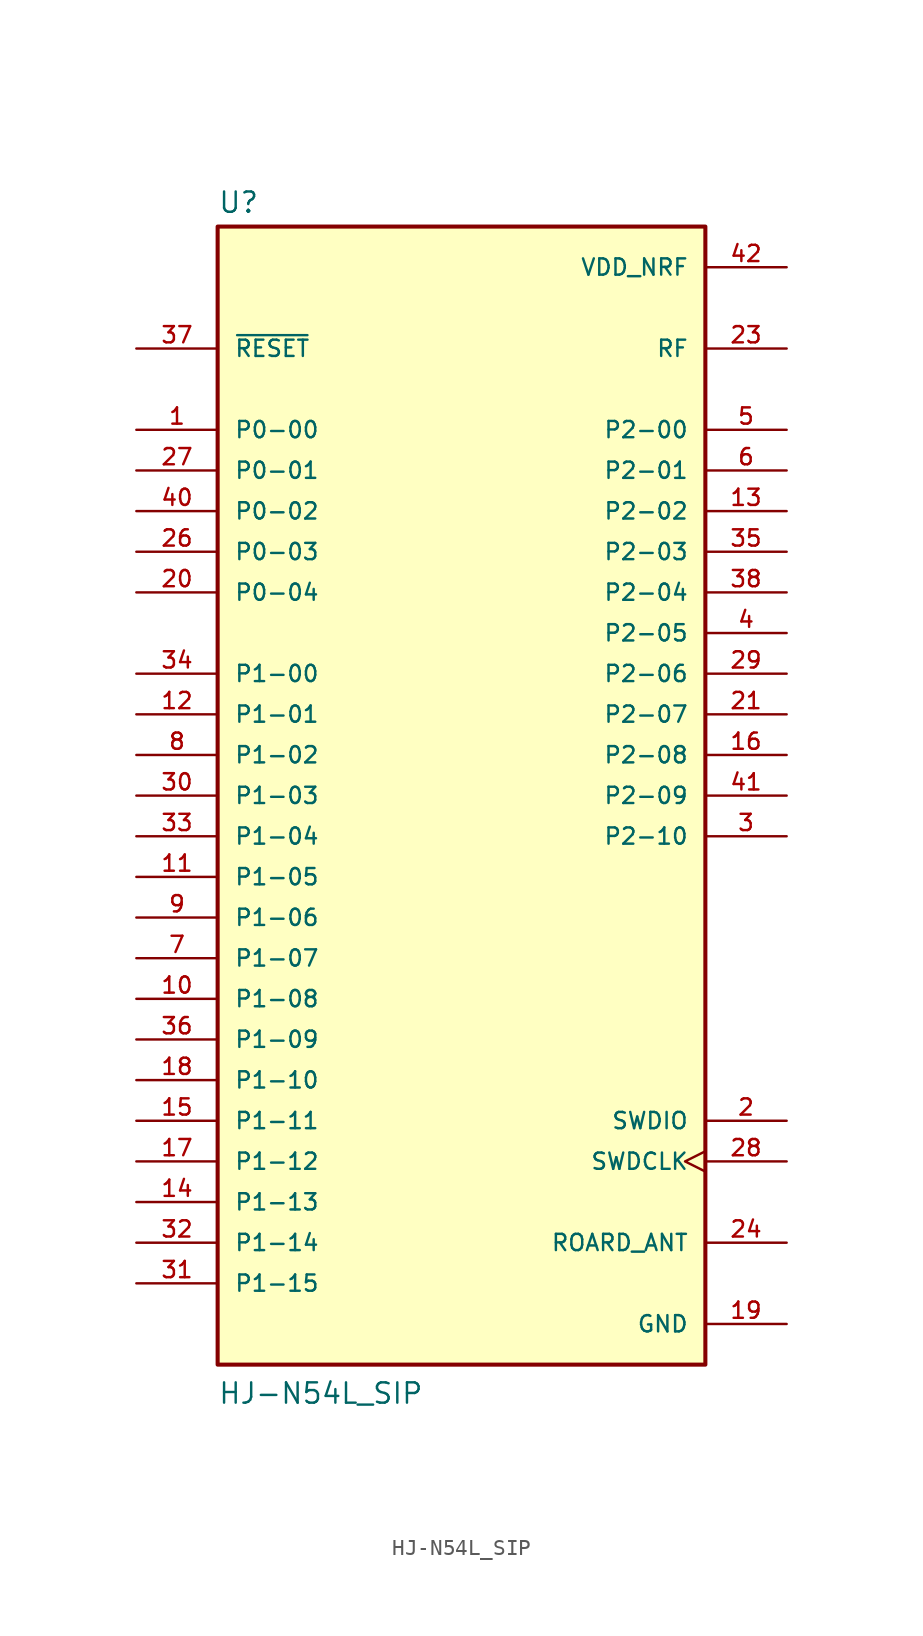
<source format=kicad_sym>
(kicad_symbol_lib
  (version 20211014)
  (generator kicad_symbol_editor)
  (symbol "HJ-N54L_SIP"
    (pin_names
      (offset 1.016))
    (property "Reference" "U"
      (at -15.24 36.322 0)
      (effects (font (size 1.27 1.27)) (justify bottom left)))
    (property "Value" "HJ-N54L_SIP"
      (at -15.24 -38.1 0)
      (effects (font (size 1.27 1.27)) (justify bottom left)))
    (symbol "HJ-N54L_SIP_0_0"
      (rectangle (start -15.24 -35.56) (end 15.24 35.56) (stroke (width 0.254)) (fill (type background)))
      (pin bidirectional line (at -20.32 22.86 0) (length 5.08) (name "P0-00" (effects (font (size 1.016 1.016)))) (number "1" (effects (font (size 1.016 1.016)))))
      (pin bidirectional line (at 20.32 -20.32 180.0) (length 5.08) (name "SWDIO" (effects (font (size 1.016 1.016)))) (number "2" (effects (font (size 1.016 1.016)))))
      (pin bidirectional line (at 20.32 -2.54 180.0) (length 5.08) (name "P2-10" (effects (font (size 1.016 1.016)))) (number "3" (effects (font (size 1.016 1.016)))))
      (pin bidirectional line (at 20.32 10.16 180.0) (length 5.08) (name "P2-05" (effects (font (size 1.016 1.016)))) (number "4" (effects (font (size 1.016 1.016)))))
      (pin bidirectional line (at 20.32 22.86 180.0) (length 5.08) (name "P2-00" (effects (font (size 1.016 1.016)))) (number "5" (effects (font (size 1.016 1.016)))))
      (pin bidirectional line (at 20.32 20.32 180.0) (length 5.08) (name "P2-01" (effects (font (size 1.016 1.016)))) (number "6" (effects (font (size 1.016 1.016)))))
      (pin bidirectional line (at -20.32 -10.16 0) (length 5.08) (name "P1-07" (effects (font (size 1.016 1.016)))) (number "7" (effects (font (size 1.016 1.016)))))
      (pin bidirectional line (at -20.32 2.54 0) (length 5.08) (name "P1-02" (effects (font (size 1.016 1.016)))) (number "8" (effects (font (size 1.016 1.016)))))
      (pin bidirectional line (at -20.32 -7.62 0) (length 5.08) (name "P1-06" (effects (font (size 1.016 1.016)))) (number "9" (effects (font (size 1.016 1.016)))))
      (pin bidirectional line (at -20.32 -12.7 0) (length 5.08) (name "P1-08" (effects (font (size 1.016 1.016)))) (number "10" (effects (font (size 1.016 1.016)))))
      (pin bidirectional line (at -20.32 -5.08 0) (length 5.08) (name "P1-05" (effects (font (size 1.016 1.016)))) (number "11" (effects (font (size 1.016 1.016)))))
      (pin bidirectional line (at -20.32 5.08 0) (length 5.08) (name "P1-01" (effects (font (size 1.016 1.016)))) (number "12" (effects (font (size 1.016 1.016)))))
      (pin bidirectional line (at 20.32 17.78 180.0) (length 5.08) (name "P2-02" (effects (font (size 1.016 1.016)))) (number "13" (effects (font (size 1.016 1.016)))))
      (pin bidirectional line (at -20.32 -25.4 0) (length 5.08) (name "P1-13" (effects (font (size 1.016 1.016)))) (number "14" (effects (font (size 1.016 1.016)))))
      (pin bidirectional line (at -20.32 -20.32 0) (length 5.08) (name "P1-11" (effects (font (size 1.016 1.016)))) (number "15" (effects (font (size 1.016 1.016)))))
      (pin bidirectional line (at 20.32 2.54 180.0) (length 5.08) (name "P2-08" (effects (font (size 1.016 1.016)))) (number "16" (effects (font (size 1.016 1.016)))))
      (pin bidirectional line (at -20.32 -22.86 0) (length 5.08) (name "P1-12" (effects (font (size 1.016 1.016)))) (number "17" (effects (font (size 1.016 1.016)))))
      (pin bidirectional line (at -20.32 -17.78 0) (length 5.08) (name "P1-10" (effects (font (size 1.016 1.016)))) (number "18" (effects (font (size 1.016 1.016)))))
      (pin power_in line (at 20.32 -33.02 180.0) (length 5.08) (name "GND" (effects (font (size 1.016 1.016)))) (number "19" (effects (font (size 1.016 1.016)))))
      (pin power_in line (at 20.32 -33.02 180.0) (length 5.08) hide (name "GND" (effects (font (size 1.016 1.016)))) (number "22" (effects (font (size 1.016 1.016)))))
      (pin power_in line (at 20.32 -33.02 180.0) (length 5.08) hide (name "GND" (effects (font (size 1.016 1.016)))) (number "25" (effects (font (size 1.016 1.016)))))
      (pin power_in line (at 20.32 -33.02 180.0) (length 5.08) hide (name "GND" (effects (font (size 1.016 1.016)))) (number "39" (effects (font (size 1.016 1.016)))))
      (pin bidirectional line (at -20.32 12.7 0) (length 5.08) (name "P0-04" (effects (font (size 1.016 1.016)))) (number "20" (effects (font (size 1.016 1.016)))))
      (pin bidirectional line (at 20.32 5.08 180.0) (length 5.08) (name "P2-07" (effects (font (size 1.016 1.016)))) (number "21" (effects (font (size 1.016 1.016)))))
      (pin output line (at 20.32 27.94 180.0) (length 5.08) (name "RF" (effects (font (size 1.016 1.016)))) (number "23" (effects (font (size 1.016 1.016)))))
      (pin passive line (at 20.32 -27.94 180.0) (length 5.08) (name "ROARD_ANT" (effects (font (size 1.016 1.016)))) (number "24" (effects (font (size 1.016 1.016)))))
      (pin bidirectional line (at -20.32 15.24 0) (length 5.08) (name "P0-03" (effects (font (size 1.016 1.016)))) (number "26" (effects (font (size 1.016 1.016)))))
      (pin bidirectional line (at -20.32 20.32 0) (length 5.08) (name "P0-01" (effects (font (size 1.016 1.016)))) (number "27" (effects (font (size 1.016 1.016)))))
      (pin input clock (at 20.32 -22.86 180.0) (length 5.08) (name "SWDCLK" (effects (font (size 1.016 1.016)))) (number "28" (effects (font (size 1.016 1.016)))))
      (pin bidirectional line (at 20.32 7.62 180.0) (length 5.08) (name "P2-06" (effects (font (size 1.016 1.016)))) (number "29" (effects (font (size 1.016 1.016)))))
      (pin bidirectional line (at -20.32 0.0 0) (length 5.08) (name "P1-03" (effects (font (size 1.016 1.016)))) (number "30" (effects (font (size 1.016 1.016)))))
      (pin bidirectional line (at -20.32 -30.48 0) (length 5.08) (name "P1-15" (effects (font (size 1.016 1.016)))) (number "31" (effects (font (size 1.016 1.016)))))
      (pin bidirectional line (at -20.32 -27.94 0) (length 5.08) (name "P1-14" (effects (font (size 1.016 1.016)))) (number "32" (effects (font (size 1.016 1.016)))))
      (pin bidirectional line (at -20.32 -2.54 0) (length 5.08) (name "P1-04" (effects (font (size 1.016 1.016)))) (number "33" (effects (font (size 1.016 1.016)))))
      (pin bidirectional line (at -20.32 7.62 0) (length 5.08) (name "P1-00" (effects (font (size 1.016 1.016)))) (number "34" (effects (font (size 1.016 1.016)))))
      (pin bidirectional line (at 20.32 15.24 180.0) (length 5.08) (name "P2-03" (effects (font (size 1.016 1.016)))) (number "35" (effects (font (size 1.016 1.016)))))
      (pin bidirectional line (at -20.32 -15.24 0) (length 5.08) (name "P1-09" (effects (font (size 1.016 1.016)))) (number "36" (effects (font (size 1.016 1.016)))))
      (pin input line (at -20.32 27.94 0) (length 5.08) (name "~{RESET}" (effects (font (size 1.016 1.016)))) (number "37" (effects (font (size 1.016 1.016)))))
      (pin bidirectional line (at 20.32 12.7 180.0) (length 5.08) (name "P2-04" (effects (font (size 1.016 1.016)))) (number "38" (effects (font (size 1.016 1.016)))))
      (pin bidirectional line (at -20.32 17.78 0) (length 5.08) (name "P0-02" (effects (font (size 1.016 1.016)))) (number "40" (effects (font (size 1.016 1.016)))))
      (pin bidirectional line (at 20.32 0.0 180.0) (length 5.08) (name "P2-09" (effects (font (size 1.016 1.016)))) (number "41" (effects (font (size 1.016 1.016)))))
      (pin power_in line (at 20.32 33.02 180.0) (length 5.08) (name "VDD_NRF" (effects (font (size 1.016 1.016)))) (number "42" (effects (font (size 1.016 1.016)))))
      (pin power_in line (at 20.32 33.02 180.0) (length 5.08) hide (name "VDD_NRF" (effects (font (size 1.016 1.016)))) (number "43" (effects (font (size 1.016 1.016)))))
      (pin power_in line (at 20.32 33.02 180.0) (length 5.08) hide (name "VDD_NRF" (effects (font (size 1.016 1.016)))) (number "44" (effects (font (size 1.016 1.016)))))
      (pin power_in line (at 20.32 33.02 180.0) (length 5.08) hide (name "VDD_NRF" (effects (font (size 1.016 1.016)))) (number "45" (effects (font (size 1.016 1.016))))))))
</source>
